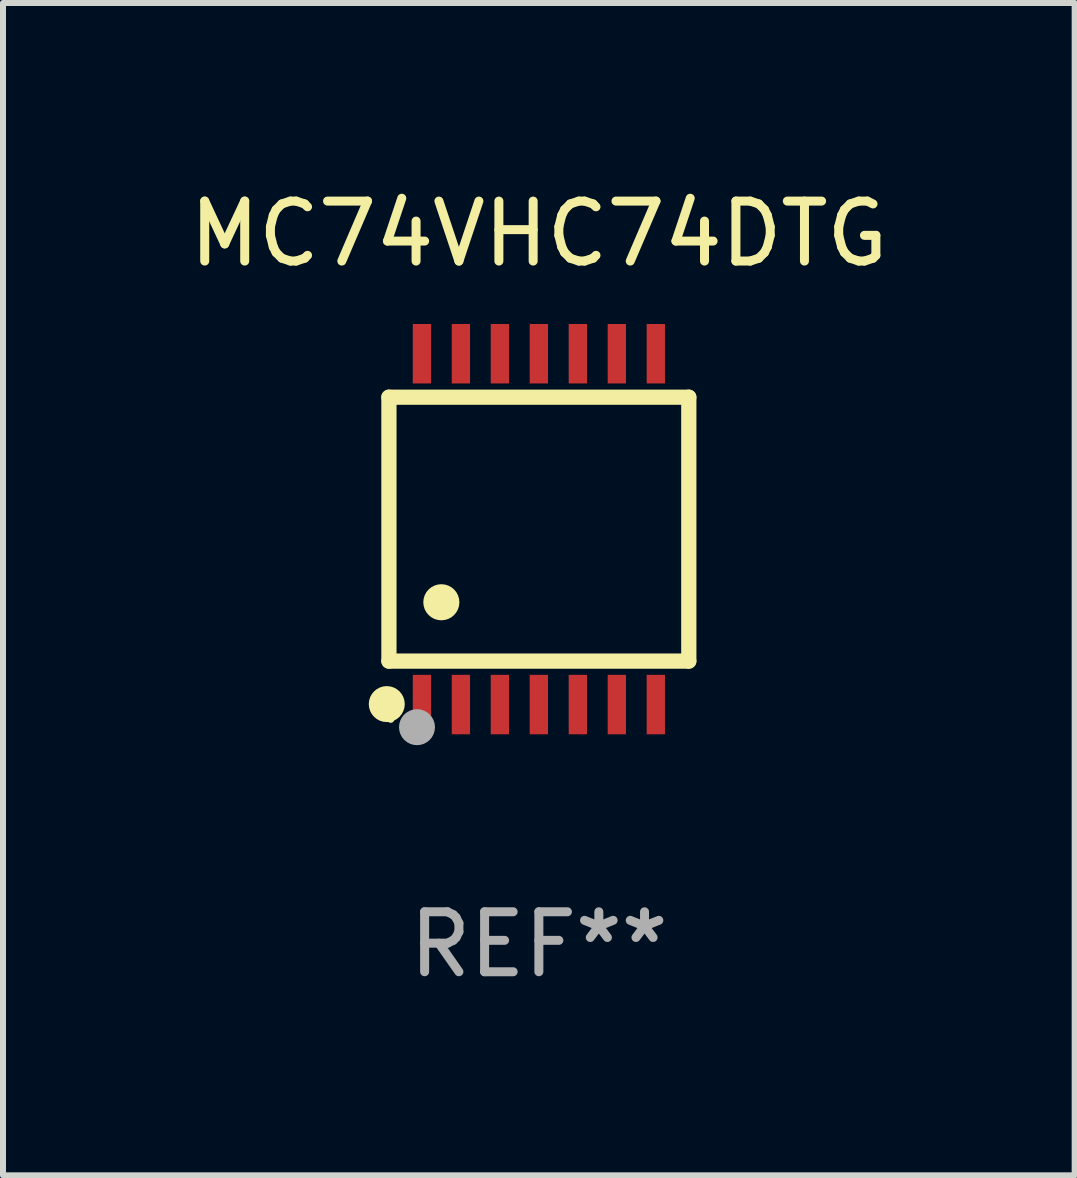
<source format=kicad_pcb>
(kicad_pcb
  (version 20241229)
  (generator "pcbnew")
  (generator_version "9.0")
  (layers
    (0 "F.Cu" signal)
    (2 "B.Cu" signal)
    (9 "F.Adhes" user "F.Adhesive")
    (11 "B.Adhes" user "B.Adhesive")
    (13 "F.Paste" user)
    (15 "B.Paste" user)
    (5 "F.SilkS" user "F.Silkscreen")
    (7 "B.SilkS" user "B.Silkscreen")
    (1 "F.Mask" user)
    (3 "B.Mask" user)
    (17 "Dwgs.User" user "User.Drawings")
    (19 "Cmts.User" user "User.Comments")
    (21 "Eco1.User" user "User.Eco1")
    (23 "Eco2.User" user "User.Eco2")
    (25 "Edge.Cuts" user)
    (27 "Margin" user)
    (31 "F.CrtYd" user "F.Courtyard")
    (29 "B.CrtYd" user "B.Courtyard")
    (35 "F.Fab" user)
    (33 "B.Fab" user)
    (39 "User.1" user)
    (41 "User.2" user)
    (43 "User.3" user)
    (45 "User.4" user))
  (footprint "MC74VHC74DTG"
    (layer "F.Cu")
    (at 5.935 5.773)
    (property "Reference" "MC74VHC74DTG" (at 0 -4.925 0) (layer "F.SilkS") (effects (font (size 1 1) (thickness 0.15))))
    (attr through_hole)
    (fp_line (start -2.5 2.2) (end -2.5 -2.2) (stroke (width 0.254) (type solid)) (layer "F.SilkS"))
    (fp_line (start -2.5 2.2) (end 2.5 2.2) (stroke (width 0.254) (type solid)) (layer "F.SilkS"))
    (fp_line (start 2.5 -2.2) (end -2.5 -2.2) (stroke (width 0.254) (type solid)) (layer "F.SilkS"))
    (fp_line (start 2.5 -2.2) (end 2.5 2.2) (stroke (width 0.254) (type solid)) (layer "F.SilkS"))
    (fp_circle (center -2.536 2.917) (end -2.386 2.917) (stroke (width 0.3) (type solid)) (fill no) (layer "F.SilkS"))
    (fp_circle (center -2.47 3.17) (end -2.44 3.17) (stroke (width 0.06) (type solid)) (fill no) (layer "F.SilkS"))
    (fp_circle (center -1.626 1.219) (end -1.475 1.219) (stroke (width 0.3) (type solid)) (fill no) (layer "F.SilkS"))
    (fp_circle (center -2.032 3.302) (end -1.882 3.302) (stroke (width 0.3) (type solid)) (fill no) (layer "F.Fab"))
    (fp_text user "REF**" (at 0 6.925 0) (layer "F.Fab") (effects (font (size 1 1) (thickness 0.15))))
    (pad "1" smd rect (at -1.95 2.925) (size 0.305 0.991) (layers "F.Cu" "F.Mask" "F.Paste"))
    (pad "2" smd rect (at -1.3 2.925) (size 0.305 0.991) (layers "F.Cu" "F.Mask" "F.Paste"))
    (pad "3" smd rect (at -0.65 2.925) (size 0.305 0.991) (layers "F.Cu" "F.Mask" "F.Paste"))
    (pad "4" smd rect (at 0 2.925) (size 0.305 0.991) (layers "F.Cu" "F.Mask" "F.Paste"))
    (pad "5" smd rect (at 0.65 2.925) (size 0.305 0.991) (layers "F.Cu" "F.Mask" "F.Paste"))
    (pad "6" smd rect (at 1.3 2.925) (size 0.305 0.991) (layers "F.Cu" "F.Mask" "F.Paste"))
    (pad "7" smd rect (at 1.95 2.925) (size 0.305 0.991) (layers "F.Cu" "F.Mask" "F.Paste"))
    (pad "8" smd rect (at 1.95 -2.925) (size 0.305 0.991) (layers "F.Cu" "F.Mask" "F.Paste"))
    (pad "9" smd rect (at 1.3 -2.925) (size 0.305 0.991) (layers "F.Cu" "F.Mask" "F.Paste"))
    (pad "10" smd rect (at 0.65 -2.925) (size 0.305 0.991) (layers "F.Cu" "F.Mask" "F.Paste"))
    (pad "11" smd rect (at 0 -2.925) (size 0.305 0.991) (layers "F.Cu" "F.Mask" "F.Paste"))
    (pad "12" smd rect (at -0.65 -2.925) (size 0.305 0.991) (layers "F.Cu" "F.Mask" "F.Paste"))
    (pad "13" smd rect (at -1.3 -2.925) (size 0.305 0.991) (layers "F.Cu" "F.Mask" "F.Paste"))
    (pad "14" smd rect (at -1.95 -2.925) (size 0.305 0.991) (layers "F.Cu" "F.Mask" "F.Paste")))
  (gr_rect
    (start -3 -3)
    (end 14.869 16.547)
    (stroke (width 0.1) (type default))
    (fill no)
    (layer "Edge.Cuts")))
</source>
